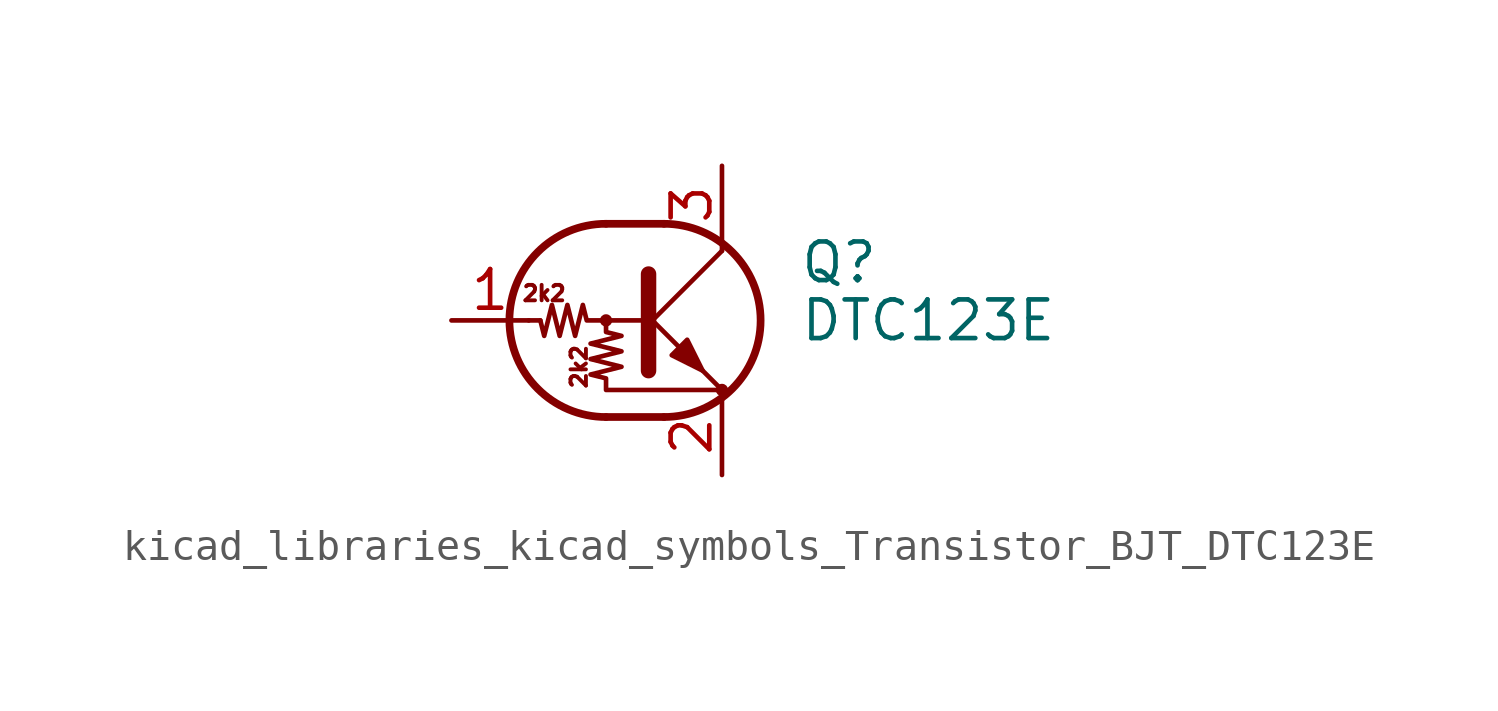
<source format=kicad_sym>
(kicad_symbol_lib
  (version 20220914)
  (generator kicad_symbol_editor)
  (symbol "kicad_libraries_kicad_symbols_Transistor_BJT_DTC123E"
    (pin_names
      (offset 0) hide)
    (property "Reference" "Q"
      (at 5.08 1.905 0)
      (effects (font (size 1.27 1.27)) (justify left)))
    (property "Value" "DTC123E"
      (at 5.08 0 0)
      (effects (font (size 1.27 1.27)) (justify left)))
    (symbol "kicad_libraries_kicad_symbols_Transistor_BJT_DTC123E_0_0"
      (text "2k2" (at -3.302 0.889 0) (effects (font (size 0.508 0.508))))
      (text "2k2" (at -2.159 -1.524 900) (effects (font (size 0.508 0.508)))))
    (symbol "kicad_libraries_kicad_symbols_Transistor_BJT_DTC123E_0_1"
      (circle (center -1.27 0) (radius 0.127) (stroke (width 0) (type default)) (fill (type none)))
      (arc (start -1.27 3.175) (mid -4.4312 0) (end -1.27 -3.175) (stroke (width 0.254) (type default)) (fill (type none)))
      (polyline (pts (xy -3.429 0) (xy -3.81 0)) (stroke (width 0) (type default)) (fill (type none)))
      (polyline (pts (xy -1.27 -3.175) (xy 0.635 -3.175)) (stroke (width 0.254) (type default)) (fill (type none)))
      (polyline (pts (xy -1.27 3.175) (xy 0.635 3.175)) (stroke (width 0.254) (type default)) (fill (type none)))
      (polyline (pts (xy 0 -0.254) (xy 2.54 2.286)) (stroke (width 0) (type default)) (fill (type none)))
      (polyline (pts (xy 0.127 1.524) (xy 0.127 -1.651)) (stroke (width 0.508) (type default)) (fill (type outline)))
      (polyline (pts (xy 2.54 2.286) (xy 2.54 2.54)) (stroke (width 0) (type default)) (fill (type none)))
      (polyline (pts (xy 2.54 -2.286) (xy 0 0.254) (xy 0 0.254)) (stroke (width 0) (type default)) (fill (type none)))
      (polyline (pts (xy 0.889 -1.143) (xy 1.397 -0.635) (xy 1.905 -1.651) (xy 0.889 -1.143)) (stroke (width 0) (type default)) (fill (type outline)))
      (polyline (pts (xy 0 0) (xy -1.905 0) (xy -2.032 0.508) (xy -2.286 -0.508) (xy -2.54 0.508) (xy -2.794 -0.508) (xy -3.048 0.508) (xy -3.302 -0.508) (xy -3.429 0)) (stroke (width 0) (type default)) (fill (type none)))
      (polyline (pts (xy -1.27 0) (xy -1.27 -0.381) (xy -0.762 -0.508) (xy -1.778 -0.762) (xy -0.762 -1.016) (xy -1.778 -1.27) (xy -0.762 -1.524) (xy -1.778 -1.778) (xy -1.27 -1.905) (xy -1.27 -2.286) (xy 2.54 -2.286)) (stroke (width 0) (type default)) (fill (type none)))
      (arc (start 0.635 -3.175) (mid 3.7962 0) (end 0.635 3.175) (stroke (width 0.254) (type default)) (fill (type none)))
      (circle (center 2.54 -2.286) (radius 0.127) (stroke (width 0) (type default)) (fill (type none))))
    (symbol "kicad_libraries_kicad_symbols_Transistor_BJT_DTC123E_1_1"
      (pin input line (at -6.35 0 0) (length 2.54) (name "B" (effects (font (size 1.27 1.27)))) (number "1" (effects (font (size 1.27 1.27)))))
      (pin passive line (at 2.54 -5.08 90) (length 2.54) (name "E" (effects (font (size 1.27 1.27)))) (number "2" (effects (font (size 1.27 1.27)))))
      (pin passive line (at 2.54 5.08 270) (length 2.54) (name "C" (effects (font (size 1.27 1.27)))) (number "3" (effects (font (size 1.27 1.27))))))))
</source>
